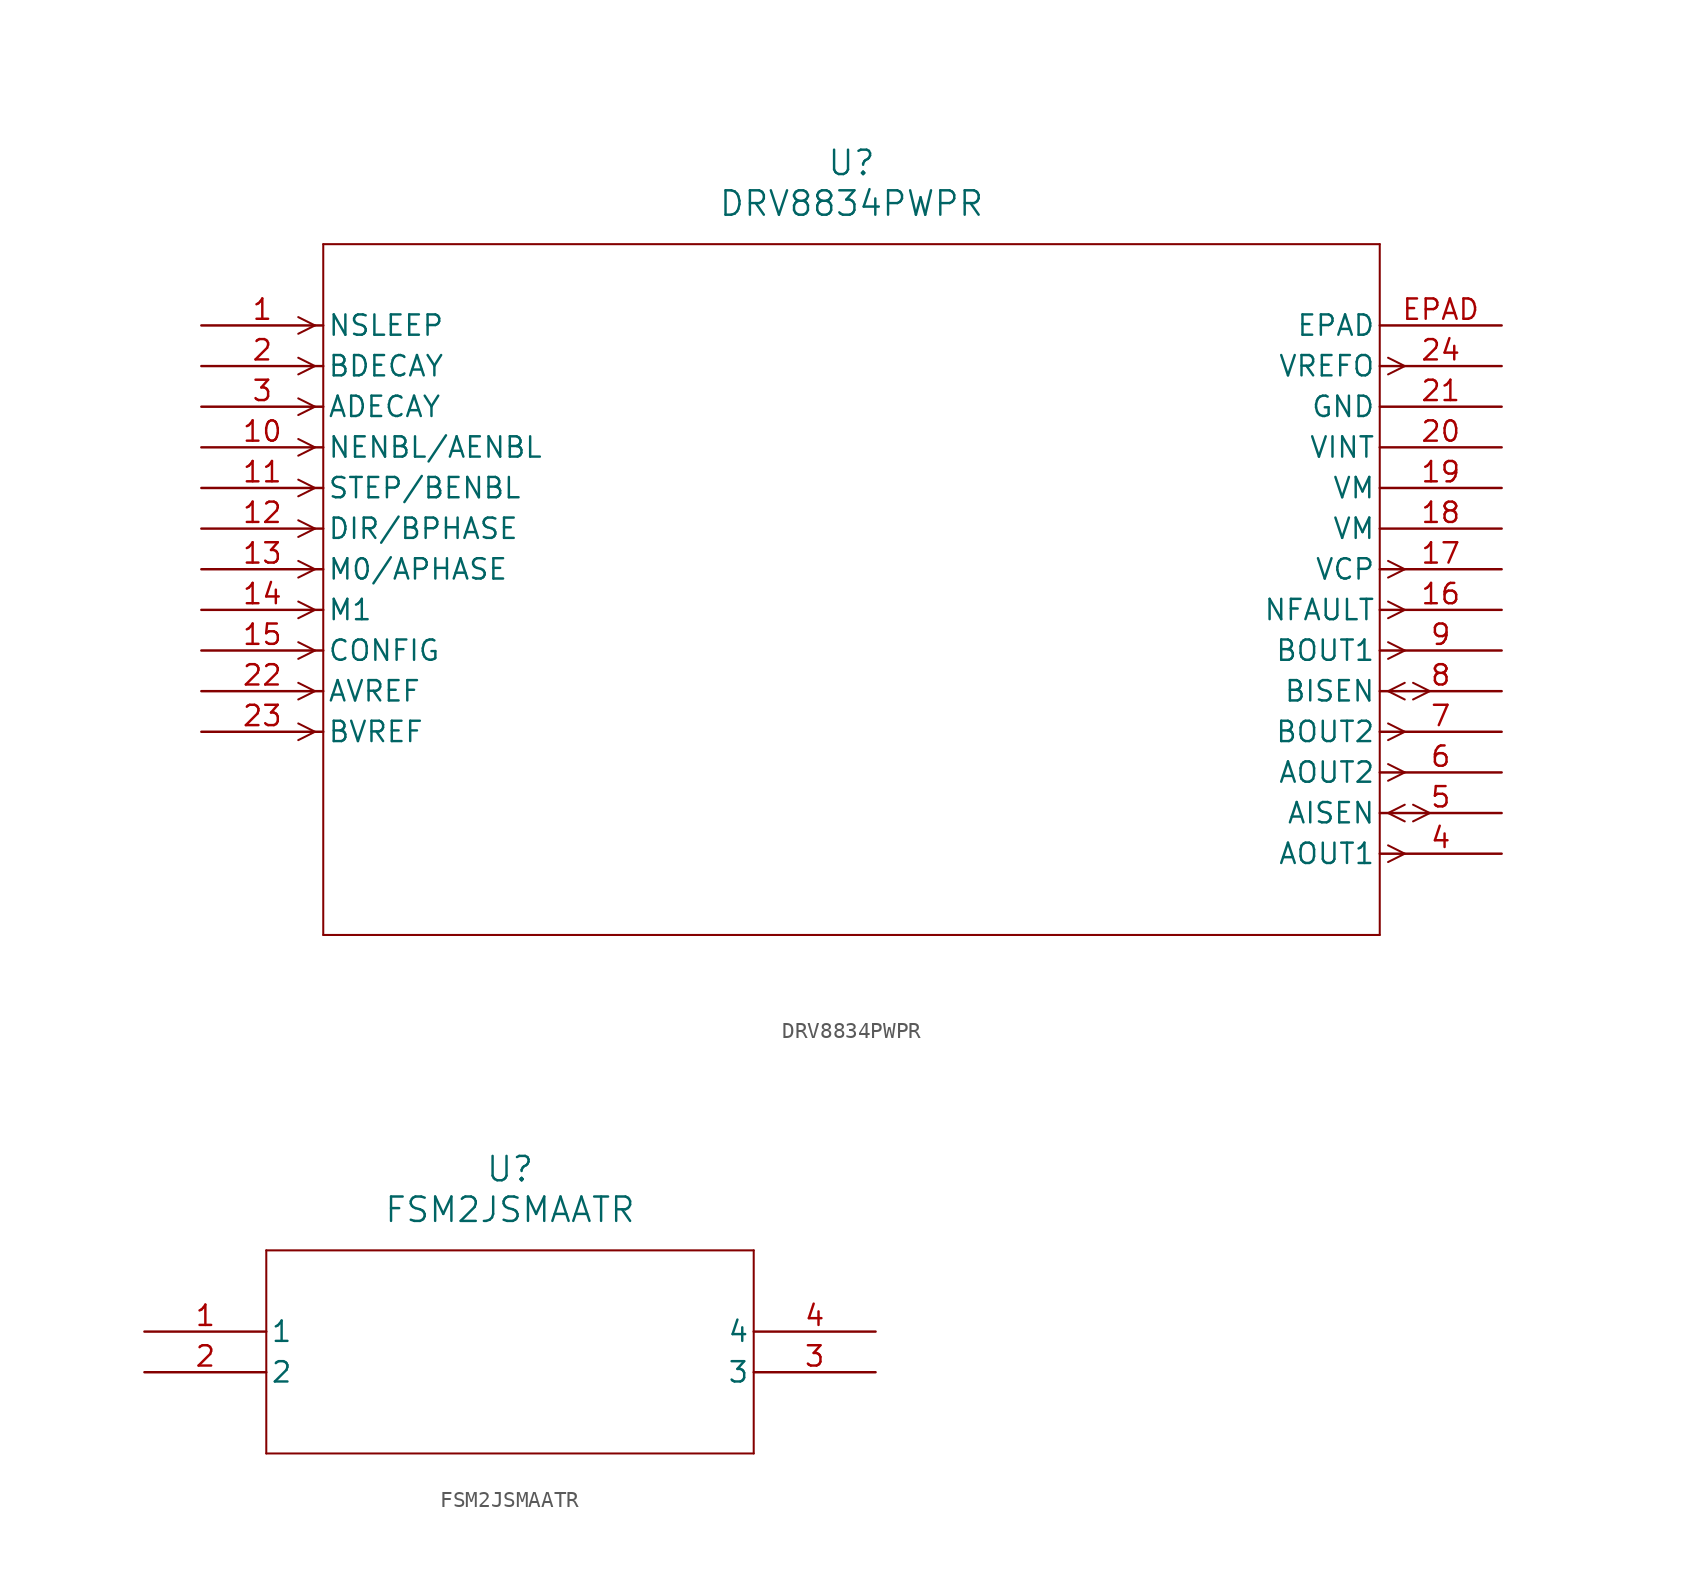
<source format=kicad_sym>
(kicad_symbol_lib
  (version 20241209)
  (generator "kicad_symbol_editor")
  (generator_version "9.0")
  (symbol "DRV8834PWPR"
    (pin_names
      (offset 0.254))
    (property "Reference" "U"
      (at 40.64 10.16 0)
      (effects (font (size 1.524 1.524))))
    (property "Value" "DRV8834PWPR"
      (at 40.64 7.62 0)
      (effects (font (size 1.524 1.524))))
    (property "ki_locked" ""
      (at 0 0 0)
      (effects (font (size 1.27 1.27))))
    (symbol "DRV8834PWPR_0_1"
      (polyline (pts (xy 7.099 0) (xy 6.058 0.521)) (stroke (width 0.127) (type default)) (fill (type none)))
      (polyline (pts (xy 7.099 0) (xy 6.058 -0.521)) (stroke (width 0.127) (type default)) (fill (type none)))
      (polyline (pts (xy 7.099 -2.54) (xy 6.058 -2.019)) (stroke (width 0.127) (type default)) (fill (type none)))
      (polyline (pts (xy 7.099 -2.54) (xy 6.058 -3.061)) (stroke (width 0.127) (type default)) (fill (type none)))
      (polyline (pts (xy 7.099 -5.08) (xy 6.058 -4.559)) (stroke (width 0.127) (type default)) (fill (type none)))
      (polyline (pts (xy 7.099 -5.08) (xy 6.058 -5.601)) (stroke (width 0.127) (type default)) (fill (type none)))
      (polyline (pts (xy 7.099 -7.62) (xy 6.058 -7.099)) (stroke (width 0.127) (type default)) (fill (type none)))
      (polyline (pts (xy 7.099 -7.62) (xy 6.058 -8.141)) (stroke (width 0.127) (type default)) (fill (type none)))
      (polyline (pts (xy 7.099 -10.16) (xy 6.058 -9.639)) (stroke (width 0.127) (type default)) (fill (type none)))
      (polyline (pts (xy 7.099 -10.16) (xy 6.058 -10.681)) (stroke (width 0.127) (type default)) (fill (type none)))
      (polyline (pts (xy 7.099 -12.7) (xy 6.058 -12.179)) (stroke (width 0.127) (type default)) (fill (type none)))
      (polyline (pts (xy 7.099 -12.7) (xy 6.058 -13.221)) (stroke (width 0.127) (type default)) (fill (type none)))
      (polyline (pts (xy 7.099 -15.24) (xy 6.058 -14.719)) (stroke (width 0.127) (type default)) (fill (type none)))
      (polyline (pts (xy 7.099 -15.24) (xy 6.058 -15.761)) (stroke (width 0.127) (type default)) (fill (type none)))
      (polyline (pts (xy 7.099 -17.78) (xy 6.058 -17.259)) (stroke (width 0.127) (type default)) (fill (type none)))
      (polyline (pts (xy 7.099 -17.78) (xy 6.058 -18.301)) (stroke (width 0.127) (type default)) (fill (type none)))
      (polyline (pts (xy 7.099 -20.32) (xy 6.058 -19.799)) (stroke (width 0.127) (type default)) (fill (type none)))
      (polyline (pts (xy 7.099 -20.32) (xy 6.058 -20.841)) (stroke (width 0.127) (type default)) (fill (type none)))
      (polyline (pts (xy 7.099 -22.86) (xy 6.058 -22.339)) (stroke (width 0.127) (type default)) (fill (type none)))
      (polyline (pts (xy 7.099 -22.86) (xy 6.058 -23.381)) (stroke (width 0.127) (type default)) (fill (type none)))
      (polyline (pts (xy 7.099 -25.4) (xy 6.058 -24.879)) (stroke (width 0.127) (type default)) (fill (type none)))
      (polyline (pts (xy 7.099 -25.4) (xy 6.058 -25.921)) (stroke (width 0.127) (type default)) (fill (type none)))
      (polyline (pts (xy 7.62 5.08) (xy 7.62 -38.1)) (stroke (width 0.127) (type default)) (fill (type none)))
      (polyline (pts (xy 7.62 -38.1) (xy 73.66 -38.1)) (stroke (width 0.127) (type default)) (fill (type none)))
      (polyline (pts (xy 73.66 5.08) (xy 7.62 5.08)) (stroke (width 0.127) (type default)) (fill (type none)))
      (polyline (pts (xy 73.66 -38.1) (xy 73.66 5.08)) (stroke (width 0.127) (type default)) (fill (type none)))
      (polyline (pts (xy 74.181 -2.019) (xy 75.222 -2.54)) (stroke (width 0.127) (type default)) (fill (type none)))
      (polyline (pts (xy 74.181 -3.061) (xy 75.222 -2.54)) (stroke (width 0.127) (type default)) (fill (type none)))
      (polyline (pts (xy 74.181 -14.719) (xy 75.222 -15.24)) (stroke (width 0.127) (type default)) (fill (type none)))
      (polyline (pts (xy 74.181 -15.761) (xy 75.222 -15.24)) (stroke (width 0.127) (type default)) (fill (type none)))
      (polyline (pts (xy 74.181 -17.259) (xy 75.222 -17.78)) (stroke (width 0.127) (type default)) (fill (type none)))
      (polyline (pts (xy 74.181 -18.301) (xy 75.222 -17.78)) (stroke (width 0.127) (type default)) (fill (type none)))
      (polyline (pts (xy 74.181 -19.799) (xy 75.222 -20.32)) (stroke (width 0.127) (type default)) (fill (type none)))
      (polyline (pts (xy 74.181 -20.841) (xy 75.222 -20.32)) (stroke (width 0.127) (type default)) (fill (type none)))
      (polyline (pts (xy 74.181 -22.86) (xy 75.222 -22.339)) (stroke (width 0.127) (type default)) (fill (type none)))
      (polyline (pts (xy 74.181 -22.86) (xy 75.222 -23.381)) (stroke (width 0.127) (type default)) (fill (type none)))
      (polyline (pts (xy 74.181 -24.879) (xy 75.222 -25.4)) (stroke (width 0.127) (type default)) (fill (type none)))
      (polyline (pts (xy 74.181 -25.921) (xy 75.222 -25.4)) (stroke (width 0.127) (type default)) (fill (type none)))
      (polyline (pts (xy 74.181 -27.419) (xy 75.222 -27.94)) (stroke (width 0.127) (type default)) (fill (type none)))
      (polyline (pts (xy 74.181 -28.461) (xy 75.222 -27.94)) (stroke (width 0.127) (type default)) (fill (type none)))
      (polyline (pts (xy 74.181 -30.48) (xy 75.222 -29.959)) (stroke (width 0.127) (type default)) (fill (type none)))
      (polyline (pts (xy 74.181 -30.48) (xy 75.222 -31.001)) (stroke (width 0.127) (type default)) (fill (type none)))
      (polyline (pts (xy 74.181 -32.499) (xy 75.222 -33.02)) (stroke (width 0.127) (type default)) (fill (type none)))
      (polyline (pts (xy 74.181 -33.541) (xy 75.222 -33.02)) (stroke (width 0.127) (type default)) (fill (type none)))
      (polyline (pts (xy 75.743 -22.339) (xy 76.784 -22.86)) (stroke (width 0.127) (type default)) (fill (type none)))
      (polyline (pts (xy 75.743 -23.381) (xy 76.784 -22.86)) (stroke (width 0.127) (type default)) (fill (type none)))
      (polyline (pts (xy 75.743 -29.959) (xy 76.784 -30.48)) (stroke (width 0.127) (type default)) (fill (type none)))
      (polyline (pts (xy 75.743 -31.001) (xy 76.784 -30.48)) (stroke (width 0.127) (type default)) (fill (type none)))
      (pin input line (at 0 0 0) (length 7.62) (name "NSLEEP" (effects (font (size 1.27 1.27)))) (number "1" (effects (font (size 1.27 1.27)))))
      (pin input line (at 0 -2.54 0) (length 7.62) (name "BDECAY" (effects (font (size 1.27 1.27)))) (number "2" (effects (font (size 1.27 1.27)))))
      (pin input line (at 0 -5.08 0) (length 7.62) (name "ADECAY" (effects (font (size 1.27 1.27)))) (number "3" (effects (font (size 1.27 1.27)))))
      (pin input line (at 0 -7.62 0) (length 7.62) (name "NENBL/AENBL" (effects (font (size 1.27 1.27)))) (number "10" (effects (font (size 1.27 1.27)))))
      (pin input line (at 0 -10.16 0) (length 7.62) (name "STEP/BENBL" (effects (font (size 1.27 1.27)))) (number "11" (effects (font (size 1.27 1.27)))))
      (pin input line (at 0 -12.7 0) (length 7.62) (name "DIR/BPHASE" (effects (font (size 1.27 1.27)))) (number "12" (effects (font (size 1.27 1.27)))))
      (pin input line (at 0 -15.24 0) (length 7.62) (name "M0/APHASE" (effects (font (size 1.27 1.27)))) (number "13" (effects (font (size 1.27 1.27)))))
      (pin input line (at 0 -17.78 0) (length 7.62) (name "M1" (effects (font (size 1.27 1.27)))) (number "14" (effects (font (size 1.27 1.27)))))
      (pin input line (at 0 -20.32 0) (length 7.62) (name "CONFIG" (effects (font (size 1.27 1.27)))) (number "15" (effects (font (size 1.27 1.27)))))
      (pin input line (at 0 -22.86 0) (length 7.62) (name "AVREF" (effects (font (size 1.27 1.27)))) (number "22" (effects (font (size 1.27 1.27)))))
      (pin input line (at 0 -25.4 0) (length 7.62) (name "BVREF" (effects (font (size 1.27 1.27)))) (number "23" (effects (font (size 1.27 1.27)))))
      (pin unspecified line (at 81.28 0 180) (length 7.62) (name "EPAD" (effects (font (size 1.27 1.27)))) (number "EPAD" (effects (font (size 1.27 1.27)))))
      (pin output line (at 81.28 -2.54 180) (length 7.62) (name "VREFO" (effects (font (size 1.27 1.27)))) (number "24" (effects (font (size 1.27 1.27)))))
      (pin power_in line (at 81.28 -5.08 180) (length 7.62) (name "GND" (effects (font (size 1.27 1.27)))) (number "21" (effects (font (size 1.27 1.27)))))
      (pin unspecified line (at 81.28 -7.62 180) (length 7.62) (name "VINT" (effects (font (size 1.27 1.27)))) (number "20" (effects (font (size 1.27 1.27)))))
      (pin power_in line (at 81.28 -10.16 180) (length 7.62) (name "VM" (effects (font (size 1.27 1.27)))) (number "19" (effects (font (size 1.27 1.27)))))
      (pin power_in line (at 81.28 -12.7 180) (length 7.62) (name "VM" (effects (font (size 1.27 1.27)))) (number "18" (effects (font (size 1.27 1.27)))))
      (pin output line (at 81.28 -15.24 180) (length 7.62) (name "VCP" (effects (font (size 1.27 1.27)))) (number "17" (effects (font (size 1.27 1.27)))))
      (pin output line (at 81.28 -17.78 180) (length 7.62) (name "NFAULT" (effects (font (size 1.27 1.27)))) (number "16" (effects (font (size 1.27 1.27)))))
      (pin output line (at 81.28 -20.32 180) (length 7.62) (name "BOUT1" (effects (font (size 1.27 1.27)))) (number "9" (effects (font (size 1.27 1.27)))))
      (pin bidirectional line (at 81.28 -22.86 180) (length 7.62) (name "BISEN" (effects (font (size 1.27 1.27)))) (number "8" (effects (font (size 1.27 1.27)))))
      (pin output line (at 81.28 -25.4 180) (length 7.62) (name "BOUT2" (effects (font (size 1.27 1.27)))) (number "7" (effects (font (size 1.27 1.27)))))
      (pin output line (at 81.28 -27.94 180) (length 7.62) (name "AOUT2" (effects (font (size 1.27 1.27)))) (number "6" (effects (font (size 1.27 1.27)))))
      (pin bidirectional line (at 81.28 -30.48 180) (length 7.62) (name "AISEN" (effects (font (size 1.27 1.27)))) (number "5" (effects (font (size 1.27 1.27)))))
      (pin output line (at 81.28 -33.02 180) (length 7.62) (name "AOUT1" (effects (font (size 1.27 1.27)))) (number "4" (effects (font (size 1.27 1.27)))))))
  (symbol "FSM2JSMAATR"
    (pin_names
      (offset 0.254))
    (property "Reference" "U"
      (at 22.86 10.16 0)
      (effects (font (size 1.524 1.524))))
    (property "Value" "FSM2JSMAATR"
      (at 22.86 7.62 0)
      (effects (font (size 1.524 1.524))))
    (property "ki_locked" ""
      (at 0 0 0)
      (effects (font (size 1.27 1.27))))
    (symbol "FSM2JSMAATR_0_1"
      (polyline (pts (xy 7.62 5.08) (xy 7.62 -7.62)) (stroke (width 0.127) (type default)) (fill (type none)))
      (polyline (pts (xy 7.62 -7.62) (xy 38.1 -7.62)) (stroke (width 0.127) (type default)) (fill (type none)))
      (polyline (pts (xy 38.1 5.08) (xy 7.62 5.08)) (stroke (width 0.127) (type default)) (fill (type none)))
      (polyline (pts (xy 38.1 -7.62) (xy 38.1 5.08)) (stroke (width 0.127) (type default)) (fill (type none)))
      (pin unspecified line (at 0 0 0) (length 7.62) (name "1" (effects (font (size 1.27 1.27)))) (number "1" (effects (font (size 1.27 1.27)))))
      (pin unspecified line (at 0 -2.54 0) (length 7.62) (name "2" (effects (font (size 1.27 1.27)))) (number "2" (effects (font (size 1.27 1.27)))))
      (pin unspecified line (at 45.72 0 180) (length 7.62) (name "4" (effects (font (size 1.27 1.27)))) (number "4" (effects (font (size 1.27 1.27)))))
      (pin unspecified line (at 45.72 -2.54 180) (length 7.62) (name "3" (effects (font (size 1.27 1.27)))) (number "3" (effects (font (size 1.27 1.27))))))))
</source>
